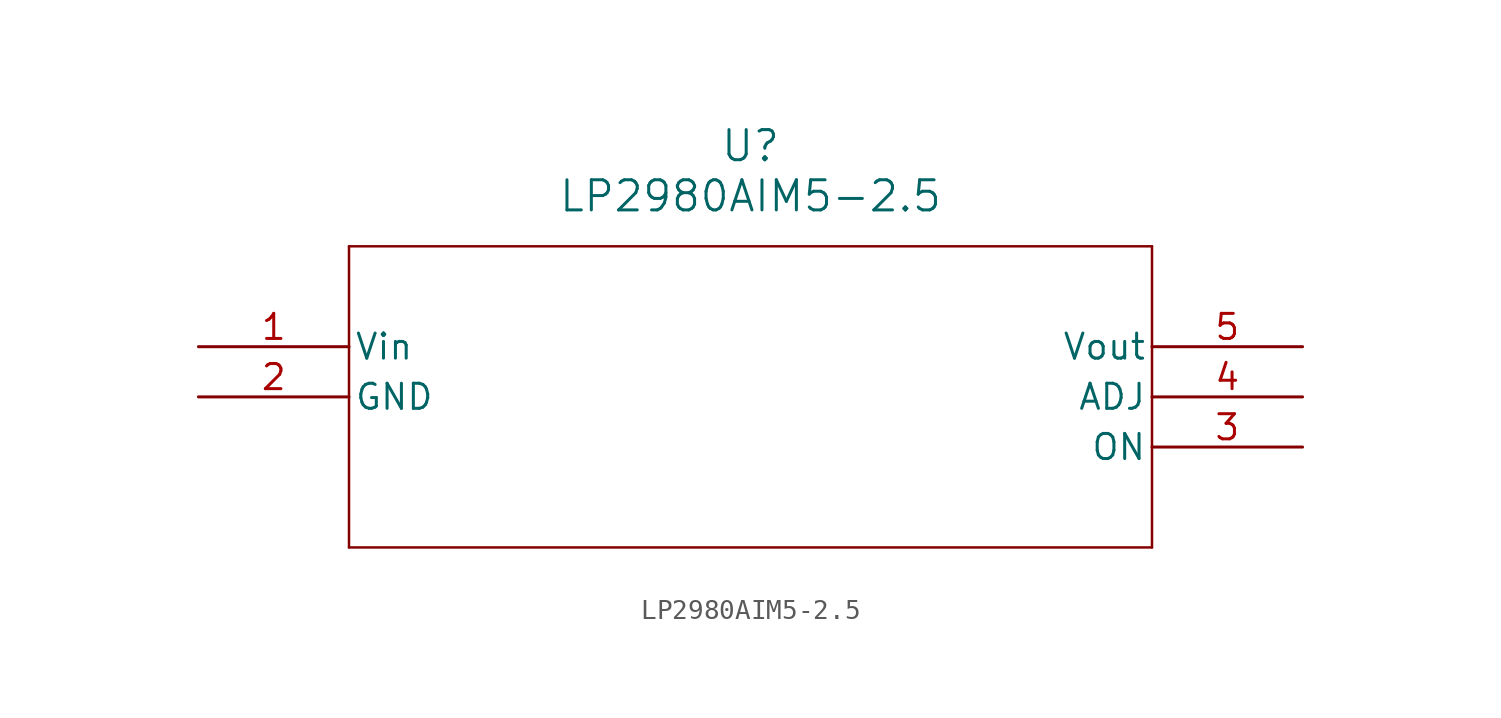
<source format=kicad_sym>
(kicad_symbol_lib
  (version 20211014)
  (generator kicad_symbol_editor)
  (symbol "LP2980AIM5-2.5"
    (pin_names
      (offset 0.254))
    (property "Reference" "U"
      (at 27.94 10.16 0)
      (effects (font (size 1.524 1.524))))
    (property "Value" "LP2980AIM5-2.5"
      (at 27.94 7.62 0)
      (effects (font (size 1.524 1.524))))
    (symbol "LP2980AIM5-2.5_0_1"
      (polyline (pts (xy 7.62 5.08) (xy 7.62 -10.16)) (stroke (width 0.127) (type default) (color 0 0 0 0)) (fill (type none)))
      (polyline (pts (xy 7.62 -10.16) (xy 48.26 -10.16)) (stroke (width 0.127) (type default) (color 0 0 0 0)) (fill (type none)))
      (polyline (pts (xy 48.26 -10.16) (xy 48.26 5.08)) (stroke (width 0.127) (type default) (color 0 0 0 0)) (fill (type none)))
      (polyline (pts (xy 48.26 5.08) (xy 7.62 5.08)) (stroke (width 0.127) (type default) (color 0 0 0 0)) (fill (type none)))
      (pin input line (at 0 0 0) (length 7.62) (name "Vin" (effects (font (size 1.27 1.27)))) (number "1" (effects (font (size 1.27 1.27)))))
      (pin passive line (at 0 -2.54 0) (length 7.62) (name "GND" (effects (font (size 1.27 1.27)))) (number "2" (effects (font (size 1.27 1.27)))))
      (pin passive line (at 55.88 -5.08 180) (length 7.62) (name "ON" (effects (font (size 1.27 1.27)))) (number "3" (effects (font (size 1.27 1.27)))))
      (pin passive line (at 55.88 -2.54 180) (length 7.62) (name "ADJ" (effects (font (size 1.27 1.27)))) (number "4" (effects (font (size 1.27 1.27)))))
      (pin output line (at 55.88 0 180) (length 7.62) (name "Vout" (effects (font (size 1.27 1.27)))) (number "5" (effects (font (size 1.27 1.27))))))))
</source>
